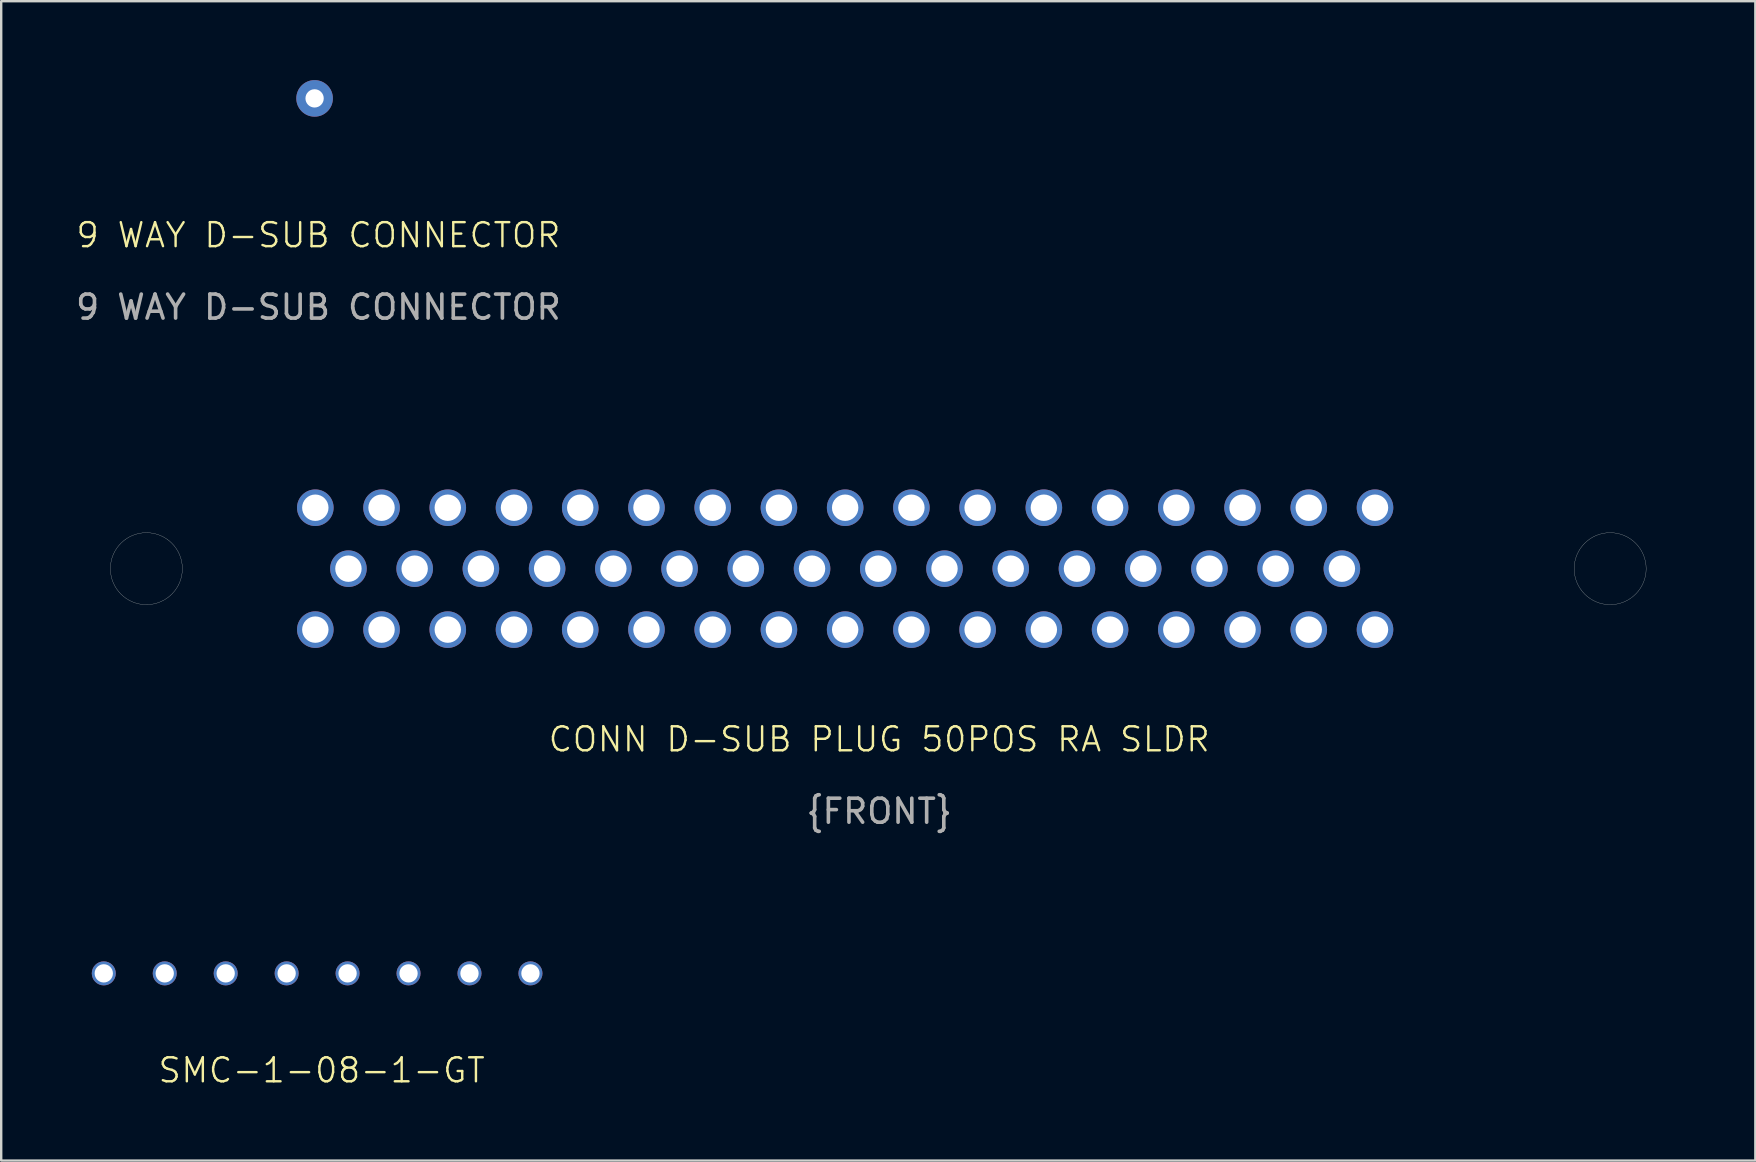
<source format=kicad_pcb>
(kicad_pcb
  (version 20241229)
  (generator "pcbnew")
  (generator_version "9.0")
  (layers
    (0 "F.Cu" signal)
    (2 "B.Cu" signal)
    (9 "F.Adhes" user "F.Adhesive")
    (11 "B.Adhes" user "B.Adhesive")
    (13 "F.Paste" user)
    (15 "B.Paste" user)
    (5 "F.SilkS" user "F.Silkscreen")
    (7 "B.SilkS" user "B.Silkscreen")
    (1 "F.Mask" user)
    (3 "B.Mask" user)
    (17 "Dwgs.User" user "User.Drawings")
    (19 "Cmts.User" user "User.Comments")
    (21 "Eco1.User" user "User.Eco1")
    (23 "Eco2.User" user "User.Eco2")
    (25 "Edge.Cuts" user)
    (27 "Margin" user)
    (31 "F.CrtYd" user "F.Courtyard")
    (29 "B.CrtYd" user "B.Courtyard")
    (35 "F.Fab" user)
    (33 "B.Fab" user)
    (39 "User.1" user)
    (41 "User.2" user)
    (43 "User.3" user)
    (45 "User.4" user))
  (footprint "9 WAY D-SUB CONNECTOR"
    (layer "F.Cu")
    (at 10.06 1.05)
    (property "Reference" "9 WAY D-SUB CONNECTOR" (at 0.16 5.7 0) (unlocked yes) (layer "F.SilkS") (effects (font (size 1 1) (thickness 0.1))))
    (attr through_hole)
    (fp_circle (center 0 0) (end 1 0) (stroke (width 0.1) (type default)) (fill no) (layer "User.8"))
    (fp_text user "${REFERENCE}" (at 0.16 8.7 0) (unlocked yes) (layer "F.Fab") (effects (font (size 1 1) (thickness 0.15))))
    (pad "1" thru_hole circle (at 0 0) (size 1.524 1.524) (drill 0.762) (layers "*.Cu" "*.Mask")))
  (footprint "SMC-1-08-1-GT"
    (layer "F.Cu")
    (at 10.165 37.513)
    (property "Reference" "SMC-1-08-1-GT" (at 0.19 4.04 0) (unlocked yes) (layer "F.SilkS") (effects (font (size 1 1) (thickness 0.1))))
    (attr through_hole)
    (fp_rect (start -10.16 -1.27) (end 10.16 1.27) (stroke (width 0.01) (type default)) (fill no) (layer "User.8"))
    (fp_circle (center -1.27 0) (end -1.17 0) (stroke (width 0.01) (type default)) (fill no) (layer "User.8"))
    (fp_circle (center 1.27 0) (end 1.37 0) (stroke (width 0.01) (type default)) (fill no) (layer "User.8"))
    (pad "+V" thru_hole circle (at 3.81 0) (size 1 1) (drill 0.762) (layers "*.Cu" "*.Mask"))
    (pad "-V" thru_hole circle (at 1.27 0) (size 1 1) (drill 0.762) (layers "*.Cu" "*.Mask"))
    (pad "GND" thru_hole circle (at -6.35 0) (size 1 1) (drill 0.762) (layers "*.Cu" "*.Mask"))
    (pad "GND" thru_hole circle (at -3.81 0) (size 1 1) (drill 0.762) (layers "*.Cu" "*.Mask"))
    (pad "GND" thru_hole circle (at -1.27 0) (size 1 1) (drill 0.762) (layers "*.Cu" "*.Mask"))
    (pad "GND" thru_hole circle (at 6.35 0) (size 1 1) (drill 0.762) (layers "*.Cu" "*.Mask"))
    (pad "input" thru_hole circle (at -8.89 0) (size 1 1) (drill 0.762) (layers "*.Cu" "*.Mask"))
    (pad "output" thru_hole circle (at 8.89 0) (size 1 1) (drill 0.762) (layers "*.Cu" "*.Mask")))
  (footprint "CONN D-SUB PLUG 50POS RA SLDR"
    (layer "F.Cu")
    (at 33.55 20.648)
    (property "Reference" "CONN D-SUB PLUG 50POS RA SLDR" (at 0.04 7.11 0) (unlocked yes) (layer "F.SilkS") (effects (font (size 1 1) (thickness 0.1))))
    (attr through_hole)
    (fp_circle (center -30.5 0) (end -29 0) (stroke (width 0.01) (type default)) (fill no) (layer "Edge.Cuts"))
    (fp_circle (center 30.5 0) (end 32 0) (stroke (width 0.01) (type default)) (fill no) (layer "Edge.Cuts"))
    (fp_line (start -33.5 0) (end -33.5 -7) (stroke (width 0.1) (type default)) (layer "User.8"))
    (fp_rect (start 33.5 12.54) (end -33.5 -7) (stroke (width 0.1) (type default)) (fill no) (layer "User.8"))
    (fp_circle (center 0 0) (end 0.1 0) (stroke (width 0.1) (type default)) (fill no) (layer "User.8"))
    (fp_text user "{FRONT}" (at 0.04 10.11 0) (unlocked yes) (layer "F.Fab") (effects (font (size 1 1) (thickness 0.15))))
    (pad "1" thru_hole circle (at -23.46 -2.54) (size 1.524 1.524) (drill 1.1) (layers "*.Cu" "*.Mask"))
    (pad "2" thru_hole circle (at -20.7 -2.54) (size 1.524 1.524) (drill 1.1) (layers "*.Cu" "*.Mask"))
    (pad "3" thru_hole circle (at -17.94 -2.54) (size 1.524 1.524) (drill 1.1) (layers "*.Cu" "*.Mask"))
    (pad "4" thru_hole circle (at -15.18 -2.54) (size 1.524 1.524) (drill 1.1) (layers "*.Cu" "*.Mask"))
    (pad "5" thru_hole circle (at -12.42 -2.54) (size 1.524 1.524) (drill 1.1) (layers "*.Cu" "*.Mask"))
    (pad "6" thru_hole circle (at -9.66 -2.54) (size 1.524 1.524) (drill 1.1) (layers "*.Cu" "*.Mask"))
    (pad "7" thru_hole circle (at -6.9 -2.54) (size 1.524 1.524) (drill 1.1) (layers "*.Cu" "*.Mask"))
    (pad "8" thru_hole circle (at -4.14 -2.54) (size 1.524 1.524) (drill 1.1) (layers "*.Cu" "*.Mask"))
    (pad "9" thru_hole circle (at -1.38 -2.54) (size 1.524 1.524) (drill 1.1) (layers "*.Cu" "*.Mask"))
    (pad "10" thru_hole circle (at 1.38 -2.54) (size 1.524 1.524) (drill 1.1) (layers "*.Cu" "*.Mask"))
    (pad "11" thru_hole circle (at 4.14 -2.54) (size 1.524 1.524) (drill 1.1) (layers "*.Cu" "*.Mask"))
    (pad "12" thru_hole circle (at 6.9 -2.54) (size 1.524 1.524) (drill 1.1) (layers "*.Cu" "*.Mask"))
    (pad "13" thru_hole circle (at 9.66 -2.54) (size 1.524 1.524) (drill 1.1) (layers "*.Cu" "*.Mask"))
    (pad "14" thru_hole circle (at 12.42 -2.54) (size 1.524 1.524) (drill 1.1) (layers "*.Cu" "*.Mask"))
    (pad "15" thru_hole circle (at 15.18 -2.54) (size 1.524 1.524) (drill 1.1) (layers "*.Cu" "*.Mask"))
    (pad "16" thru_hole circle (at 17.94 -2.54) (size 1.524 1.524) (drill 1.1) (layers "*.Cu" "*.Mask"))
    (pad "17" thru_hole circle (at 20.7 -2.54) (size 1.524 1.524) (drill 1.1) (layers "*.Cu" "*.Mask"))
    (pad "18" thru_hole circle (at -22.08 0) (size 1.524 1.524) (drill 1.1) (layers "*.Cu" "*.Mask"))
    (pad "19" thru_hole circle (at -19.32 0) (size 1.524 1.524) (drill 1.1) (layers "*.Cu" "*.Mask"))
    (pad "20" thru_hole circle (at -16.56 0) (size 1.524 1.524) (drill 1.1) (layers "*.Cu" "*.Mask"))
    (pad "21" thru_hole circle (at -13.8 0) (size 1.524 1.524) (drill 1.1) (layers "*.Cu" "*.Mask"))
    (pad "22" thru_hole circle (at -11.04 0) (size 1.524 1.524) (drill 1.1) (layers "*.Cu" "*.Mask"))
    (pad "23" thru_hole circle (at -8.28 0) (size 1.524 1.524) (drill 1.1) (layers "*.Cu" "*.Mask"))
    (pad "24" thru_hole circle (at -5.52 0) (size 1.524 1.524) (drill 1.1) (layers "*.Cu" "*.Mask"))
    (pad "25" thru_hole circle (at -2.76 0) (size 1.524 1.524) (drill 1.1) (layers "*.Cu" "*.Mask"))
    (pad "26" thru_hole circle (at 0 0) (size 1.524 1.524) (drill 1.1) (layers "*.Cu" "*.Mask"))
    (pad "27" thru_hole circle (at 2.76 0) (size 1.524 1.524) (drill 1.1) (layers "*.Cu" "*.Mask"))
    (pad "28" thru_hole circle (at 5.52 0) (size 1.524 1.524) (drill 1.1) (layers "*.Cu" "*.Mask"))
    (pad "29" thru_hole circle (at 8.28 0) (size 1.524 1.524) (drill 1.1) (layers "*.Cu" "*.Mask"))
    (pad "30" thru_hole circle (at 11.04 0) (size 1.524 1.524) (drill 1.1) (layers "*.Cu" "*.Mask"))
    (pad "31" thru_hole circle (at 13.8 0) (size 1.524 1.524) (drill 1.1) (layers "*.Cu" "*.Mask"))
    (pad "32" thru_hole circle (at 16.56 0) (size 1.524 1.524) (drill 1.1) (layers "*.Cu" "*.Mask"))
    (pad "33" thru_hole circle (at 19.32 0) (size 1.524 1.524) (drill 1.1) (layers "*.Cu" "*.Mask"))
    (pad "34" thru_hole circle (at -23.46 2.54) (size 1.524 1.524) (drill 1.1) (layers "*.Cu" "*.Mask"))
    (pad "35" thru_hole circle (at -20.7 2.54) (size 1.524 1.524) (drill 1.1) (layers "*.Cu" "*.Mask"))
    (pad "36" thru_hole circle (at -17.94 2.54) (size 1.524 1.524) (drill 1.1) (layers "*.Cu" "*.Mask"))
    (pad "37" thru_hole circle (at -15.18 2.54) (size 1.524 1.524) (drill 1.1) (layers "*.Cu" "*.Mask"))
    (pad "38" thru_hole circle (at -12.42 2.54) (size 1.524 1.524) (drill 1.1) (layers "*.Cu" "*.Mask"))
    (pad "39" thru_hole circle (at -9.66 2.54) (size 1.524 1.524) (drill 1.1) (layers "*.Cu" "*.Mask"))
    (pad "40" thru_hole circle (at -6.9 2.54) (size 1.524 1.524) (drill 1.1) (layers "*.Cu" "*.Mask"))
    (pad "41" thru_hole circle (at -4.14 2.54) (size 1.524 1.524) (drill 1.1) (layers "*.Cu" "*.Mask"))
    (pad "42" thru_hole circle (at -1.38 2.54) (size 1.524 1.524) (drill 1.1) (layers "*.Cu" "*.Mask"))
    (pad "43" thru_hole circle (at 1.38 2.54) (size 1.524 1.524) (drill 1.1) (layers "*.Cu" "*.Mask"))
    (pad "44" thru_hole circle (at 4.14 2.54) (size 1.524 1.524) (drill 1.1) (layers "*.Cu" "*.Mask"))
    (pad "45" thru_hole circle (at 6.9 2.54) (size 1.524 1.524) (drill 1.1) (layers "*.Cu" "*.Mask"))
    (pad "46" thru_hole circle (at 9.66 2.54) (size 1.524 1.524) (drill 1.1) (layers "*.Cu" "*.Mask"))
    (pad "47" thru_hole circle (at 12.42 2.54) (size 1.524 1.524) (drill 1.1) (layers "*.Cu" "*.Mask"))
    (pad "48" thru_hole circle (at 15.18 2.54) (size 1.524 1.524) (drill 1.1) (layers "*.Cu" "*.Mask"))
    (pad "49" thru_hole circle (at 17.94 2.54) (size 1.524 1.524) (drill 1.1) (layers "*.Cu" "*.Mask"))
    (pad "50" thru_hole circle (at 20.7 2.54) (size 1.524 1.524) (drill 1.1) (layers "*.Cu" "*.Mask")))
  (gr_rect
    (start -3 -3)
    (end 70.1 45.314)
    (stroke (width 0.1) (type default))
    (fill no)
    (layer "Edge.Cuts")))
</source>
